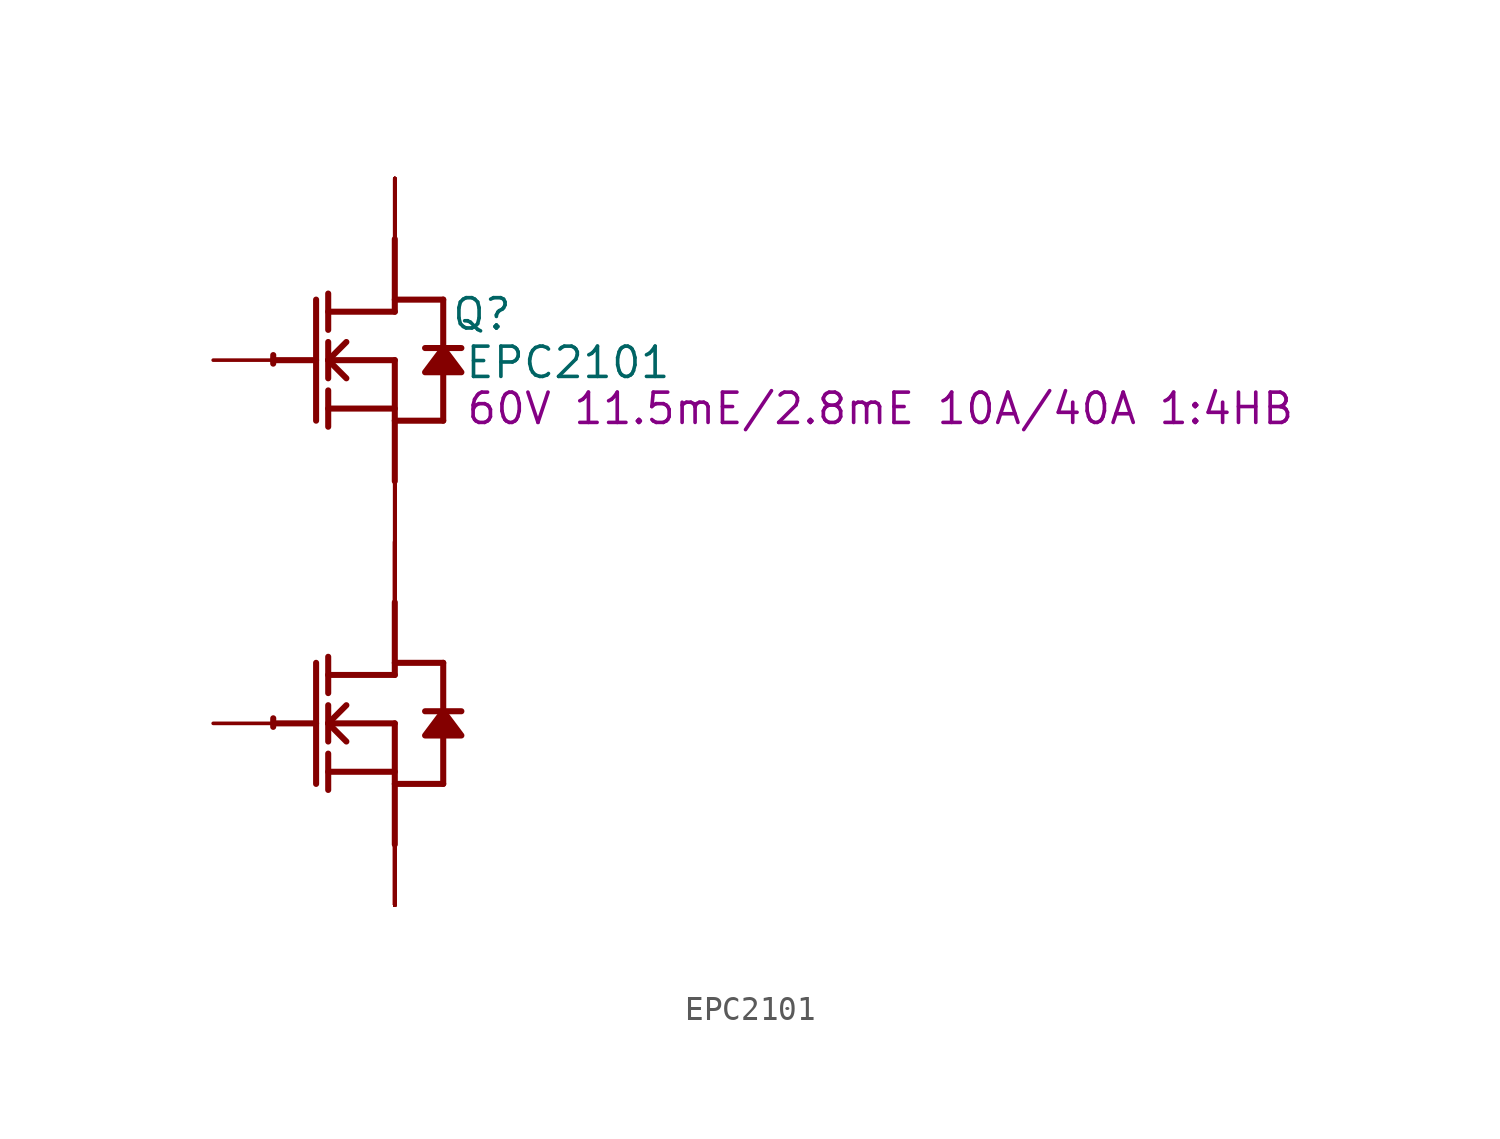
<source format=kicad_sym>
(kicad_symbol_lib
  (version 20220914)
  (generator kicad_symbol_editor)
  (symbol "EPC2101"
    (property "Reference" "Q"
      (at 3.658 1.93 0)
      (effects (font (size 1.27 1.27))))
    (property "Value" "EPC2101"
      (at 7.264 -0.102 0)
      (effects (font (size 1.27 1.27))))
    (property "Description" "60V 11.5mE/2.8mE 10A/40A 1:4HB"
      (at 20.371 -2.032 0)
      (effects (font (size 1.27 1.27))))
    (symbol "EPC2101_1_0"
      (arc (start -5.0996 -15.0272) (mid -5.1039 -15.2069) (end -5.1019 -15.3867) (stroke (width 0.254) (type solid)) (fill (type none)))
      (arc (start -5.0996 0.2128) (mid -5.1039 0.0331) (end -5.1019 -0.1467) (stroke (width 0.254) (type solid)) (fill (type none)))
      (polyline (pts (xy -5.08 -15.24) (xy -3.302 -15.24)) (stroke (width 0.254) (type solid)) (fill (type none)))
      (polyline (pts (xy -5.08 0) (xy -3.302 0)) (stroke (width 0.254) (type solid)) (fill (type none)))
      (polyline (pts (xy -3.302 -12.7) (xy -3.302 -17.78)) (stroke (width 0.254) (type solid)) (fill (type none)))
      (polyline (pts (xy -3.302 2.54) (xy -3.302 -2.54)) (stroke (width 0.254) (type solid)) (fill (type none)))
      (polyline (pts (xy -2.794 -18.034) (xy -2.794 -16.51)) (stroke (width 0.254) (type solid)) (fill (type none)))
      (polyline (pts (xy -2.794 -17.272) (xy 0 -17.272)) (stroke (width 0.254) (type solid)) (fill (type none)))
      (polyline (pts (xy -2.794 -16.002) (xy -2.794 -14.478)) (stroke (width 0.254) (type solid)) (fill (type none)))
      (polyline (pts (xy -2.794 -15.24) (xy -2.032 -14.478)) (stroke (width 0.254) (type solid)) (fill (type none)))
      (polyline (pts (xy -2.794 -15.24) (xy 0 -15.24)) (stroke (width 0.254) (type solid)) (fill (type none)))
      (polyline (pts (xy -2.794 -13.97) (xy -2.794 -12.446)) (stroke (width 0.254) (type solid)) (fill (type none)))
      (polyline (pts (xy -2.794 -2.794) (xy -2.794 -1.27)) (stroke (width 0.254) (type solid)) (fill (type none)))
      (polyline (pts (xy -2.794 -2.032) (xy 0 -2.032)) (stroke (width 0.254) (type solid)) (fill (type none)))
      (polyline (pts (xy -2.794 -0.762) (xy -2.794 0.762)) (stroke (width 0.254) (type solid)) (fill (type none)))
      (polyline (pts (xy -2.794 0) (xy -2.032 0.762)) (stroke (width 0.254) (type solid)) (fill (type none)))
      (polyline (pts (xy -2.794 0) (xy 0 0)) (stroke (width 0.254) (type solid)) (fill (type none)))
      (polyline (pts (xy -2.794 1.27) (xy -2.794 2.794)) (stroke (width 0.254) (type solid)) (fill (type none)))
      (polyline (pts (xy -2.032 -16.002) (xy -2.794 -15.24)) (stroke (width 0.254) (type solid)) (fill (type none)))
      (polyline (pts (xy -2.032 -0.762) (xy -2.794 0)) (stroke (width 0.254) (type solid)) (fill (type none)))
      (polyline (pts (xy 0 -17.78) (xy 2.032 -17.78)) (stroke (width 0.254) (type solid)) (fill (type none)))
      (polyline (pts (xy 0 -15.24) (xy 0 -20.32)) (stroke (width 0.254) (type solid)) (fill (type none)))
      (polyline (pts (xy 0 -13.208) (xy -2.794 -13.208)) (stroke (width 0.254) (type solid)) (fill (type none)))
      (polyline (pts (xy 0 -13.208) (xy 0 -10.16)) (stroke (width 0.254) (type solid)) (fill (type none)))
      (polyline (pts (xy 0 -12.7) (xy 2.032 -12.7)) (stroke (width 0.254) (type solid)) (fill (type none)))
      (polyline (pts (xy 0 -2.54) (xy 2.032 -2.54)) (stroke (width 0.254) (type solid)) (fill (type none)))
      (polyline (pts (xy 0 0) (xy 0 -5.08)) (stroke (width 0.254) (type solid)) (fill (type none)))
      (polyline (pts (xy 0 2.032) (xy -2.794 2.032)) (stroke (width 0.254) (type solid)) (fill (type none)))
      (polyline (pts (xy 0 2.032) (xy 0 5.08)) (stroke (width 0.254) (type solid)) (fill (type none)))
      (polyline (pts (xy 0 2.54) (xy 2.032 2.54)) (stroke (width 0.254) (type solid)) (fill (type none)))
      (polyline (pts (xy 2.032 -15.748) (xy 2.032 -17.78)) (stroke (width 0.254) (type solid)) (fill (type none)))
      (polyline (pts (xy 2.032 -12.7) (xy 2.032 -14.732)) (stroke (width 0.254) (type solid)) (fill (type none)))
      (polyline (pts (xy 2.032 -0.508) (xy 2.032 -2.54)) (stroke (width 0.254) (type solid)) (fill (type none)))
      (polyline (pts (xy 2.032 2.54) (xy 2.032 0.508)) (stroke (width 0.254) (type solid)) (fill (type none)))
      (polyline (pts (xy 2.794 -14.732) (xy 1.27 -14.732)) (stroke (width 0.254) (type solid)) (fill (type none)))
      (polyline (pts (xy 2.794 0.508) (xy 1.27 0.508)) (stroke (width 0.254) (type solid)) (fill (type none)))
      (polyline (pts (xy 2.032 -14.732) (xy 1.27 -15.748) (xy 2.794 -15.748) (xy 2.032 -14.732)) (stroke (width 0.254) (type solid)) (fill (type outline)))
      (polyline (pts (xy 2.032 0.508) (xy 1.27 -0.508) (xy 2.794 -0.508) (xy 2.032 0.508)) (stroke (width 0.254) (type solid)) (fill (type outline)))
      (pin open_collector line (at 0 7.62 270) (length 2.54) (name "D1" (effects (font (size 0 0)))) (number "1" (effects (font (size 0 0)))))
      (pin open_collector line (at 0 -7.62 270) (length 2.54) (name "D2" (effects (font (size 0 0)))) (number "10" (effects (font (size 0 0)))))
      (pin open_collector line (at 0 7.62 270) (length 2.54) (name "D1" (effects (font (size 0 0)))) (number "11" (effects (font (size 0 0)))))
      (pin open_emitter line (at 0 -22.86 90) (length 2.54) (name "S2" (effects (font (size 0 0)))) (number "12" (effects (font (size 0 0)))))
      (pin open_emitter line (at 0 -22.86 90) (length 2.54) (name "S2" (effects (font (size 0 0)))) (number "13" (effects (font (size 0 0)))))
      (pin open_emitter line (at 0 -22.86 90) (length 2.54) (name "S2" (effects (font (size 0 0)))) (number "14" (effects (font (size 0 0)))))
      (pin open_emitter line (at 0 -22.86 90) (length 2.54) (name "S2" (effects (font (size 0 0)))) (number "15" (effects (font (size 0 0)))))
      (pin open_emitter line (at 0 -7.62 90) (length 2.54) (name "S1" (effects (font (size 0 0)))) (number "16" (effects (font (size 0 0)))))
      (pin open_collector line (at 0 -7.62 270) (length 2.54) (name "D2" (effects (font (size 0 0)))) (number "17" (effects (font (size 0 0)))))
      (pin open_collector line (at 0 -7.62 270) (length 2.54) (name "D2" (effects (font (size 0 0)))) (number "18" (effects (font (size 0 0)))))
      (pin open_collector line (at 0 -7.62 270) (length 2.54) (name "D2" (effects (font (size 0 0)))) (number "19" (effects (font (size 0 0)))))
      (pin passive line (at -7.62 0 0) (length 2.54) (name "G1" (effects (font (size 0 0)))) (number "2" (effects (font (size 0 0)))))
      (pin open_collector line (at 0 -7.62 270) (length 2.54) (name "D2" (effects (font (size 0 0)))) (number "20" (effects (font (size 0 0)))))
      (pin open_collector line (at 0 7.62 270) (length 2.54) (name "D1" (effects (font (size 0 0)))) (number "21" (effects (font (size 0 0)))))
      (pin open_emitter line (at 0 -22.86 90) (length 2.54) (name "S2" (effects (font (size 0 0)))) (number "22" (effects (font (size 0 0)))))
      (pin open_emitter line (at 0 -22.86 90) (length 2.54) (name "S2" (effects (font (size 0 0)))) (number "23" (effects (font (size 0 0)))))
      (pin open_emitter line (at 0 -22.86 90) (length 2.54) (name "S2" (effects (font (size 0 0)))) (number "24" (effects (font (size 0 0)))))
      (pin open_emitter line (at 0 -22.86 90) (length 2.54) (name "S2" (effects (font (size 0 0)))) (number "25" (effects (font (size 0 0)))))
      (pin open_emitter line (at 0 -7.62 90) (length 2.54) (name "S1" (effects (font (size 0 0)))) (number "26" (effects (font (size 0 0)))))
      (pin open_collector line (at 0 -7.62 270) (length 2.54) (name "D2" (effects (font (size 0 0)))) (number "27" (effects (font (size 0 0)))))
      (pin open_collector line (at 0 -7.62 270) (length 2.54) (name "D2" (effects (font (size 0 0)))) (number "28" (effects (font (size 0 0)))))
      (pin open_collector line (at 0 -7.62 270) (length 2.54) (name "D2" (effects (font (size 0 0)))) (number "29" (effects (font (size 0 0)))))
      (pin passive line (at 0 -7.62 90) (length 2.54) (name "SG1" (effects (font (size 0 0)))) (number "3" (effects (font (size 0 0)))))
      (pin open_collector line (at 0 -7.62 270) (length 2.54) (name "D2" (effects (font (size 0 0)))) (number "30" (effects (font (size 0 0)))))
      (pin open_collector line (at 0 7.62 270) (length 2.54) (name "D1" (effects (font (size 0 0)))) (number "31" (effects (font (size 0 0)))))
      (pin open_emitter line (at 0 -22.86 90) (length 2.54) (name "S2" (effects (font (size 0 0)))) (number "32" (effects (font (size 0 0)))))
      (pin open_emitter line (at 0 -22.86 90) (length 2.54) (name "S2" (effects (font (size 0 0)))) (number "33" (effects (font (size 0 0)))))
      (pin open_emitter line (at 0 -22.86 90) (length 2.54) (name "S2" (effects (font (size 0 0)))) (number "34" (effects (font (size 0 0)))))
      (pin open_emitter line (at 0 -22.86 90) (length 2.54) (name "S2" (effects (font (size 0 0)))) (number "35" (effects (font (size 0 0)))))
      (pin open_emitter line (at 0 -7.62 90) (length 2.54) (name "S1" (effects (font (size 0 0)))) (number "36" (effects (font (size 0 0)))))
      (pin open_collector line (at 0 -7.62 270) (length 2.54) (name "D2" (effects (font (size 0 0)))) (number "37" (effects (font (size 0 0)))))
      (pin open_collector line (at 0 -7.62 270) (length 2.54) (name "D2" (effects (font (size 0 0)))) (number "38" (effects (font (size 0 0)))))
      (pin open_collector line (at 0 -7.62 270) (length 2.54) (name "D2" (effects (font (size 0 0)))) (number "39" (effects (font (size 0 0)))))
      (pin passive line (at -7.62 -15.24 0) (length 2.54) (name "G2" (effects (font (size 0 0)))) (number "4" (effects (font (size 0 0)))))
      (pin open_collector line (at 0 -7.62 270) (length 2.54) (name "D2" (effects (font (size 0 0)))) (number "40" (effects (font (size 0 0)))))
      (pin open_collector line (at 0 7.62 270) (length 2.54) (name "D1" (effects (font (size 0 0)))) (number "41" (effects (font (size 0 0)))))
      (pin open_emitter line (at 0 -22.86 90) (length 2.54) (name "S2" (effects (font (size 0 0)))) (number "42" (effects (font (size 0 0)))))
      (pin open_emitter line (at 0 -22.86 90) (length 2.54) (name "S2" (effects (font (size 0 0)))) (number "43" (effects (font (size 0 0)))))
      (pin open_emitter line (at 0 -22.86 90) (length 2.54) (name "S2" (effects (font (size 0 0)))) (number "44" (effects (font (size 0 0)))))
      (pin open_emitter line (at 0 -22.86 90) (length 2.54) (name "S2" (effects (font (size 0 0)))) (number "45" (effects (font (size 0 0)))))
      (pin open_emitter line (at 0 -7.62 90) (length 2.54) (name "S1" (effects (font (size 0 0)))) (number "46" (effects (font (size 0 0)))))
      (pin open_collector line (at 0 -7.62 270) (length 2.54) (name "D2" (effects (font (size 0 0)))) (number "47" (effects (font (size 0 0)))))
      (pin open_collector line (at 0 -7.62 270) (length 2.54) (name "D2" (effects (font (size 0 0)))) (number "48" (effects (font (size 0 0)))))
      (pin open_collector line (at 0 -7.62 270) (length 2.54) (name "D2" (effects (font (size 0 0)))) (number "49" (effects (font (size 0 0)))))
      (pin open_emitter line (at 0 -22.86 90) (length 2.54) (name "S2" (effects (font (size 0 0)))) (number "5" (effects (font (size 0 0)))))
      (pin open_collector line (at 0 -7.62 270) (length 2.54) (name "D2" (effects (font (size 0 0)))) (number "50" (effects (font (size 0 0)))))
      (pin open_collector line (at 0 7.62 270) (length 2.54) (name "D1" (effects (font (size 0 0)))) (number "51" (effects (font (size 0 0)))))
      (pin open_emitter line (at 0 -22.86 90) (length 2.54) (name "S2" (effects (font (size 0 0)))) (number "52" (effects (font (size 0 0)))))
      (pin open_emitter line (at 0 -22.86 90) (length 2.54) (name "S2" (effects (font (size 0 0)))) (number "53" (effects (font (size 0 0)))))
      (pin open_emitter line (at 0 -22.86 90) (length 2.54) (name "S2" (effects (font (size 0 0)))) (number "54" (effects (font (size 0 0)))))
      (pin open_emitter line (at 0 -22.86 90) (length 2.54) (name "S2" (effects (font (size 0 0)))) (number "55" (effects (font (size 0 0)))))
      (pin open_emitter line (at 0 -7.62 90) (length 2.54) (name "S1" (effects (font (size 0 0)))) (number "56" (effects (font (size 0 0)))))
      (pin open_collector line (at 0 -7.62 270) (length 2.54) (name "D2" (effects (font (size 0 0)))) (number "57" (effects (font (size 0 0)))))
      (pin open_collector line (at 0 -7.62 270) (length 2.54) (name "D2" (effects (font (size 0 0)))) (number "58" (effects (font (size 0 0)))))
      (pin open_collector line (at 0 -7.62 270) (length 2.54) (name "D2" (effects (font (size 0 0)))) (number "59" (effects (font (size 0 0)))))
      (pin open_emitter line (at 0 -7.62 90) (length 2.54) (name "S1" (effects (font (size 0 0)))) (number "6" (effects (font (size 0 0)))))
      (pin open_collector line (at 0 -7.62 270) (length 2.54) (name "D2" (effects (font (size 0 0)))) (number "60" (effects (font (size 0 0)))))
      (pin open_collector line (at 0 7.62 270) (length 2.54) (name "D1" (effects (font (size 0 0)))) (number "61" (effects (font (size 0 0)))))
      (pin open_emitter line (at 0 -22.86 90) (length 2.54) (name "S2" (effects (font (size 0 0)))) (number "62" (effects (font (size 0 0)))))
      (pin open_emitter line (at 0 -22.86 90) (length 2.54) (name "S2" (effects (font (size 0 0)))) (number "63" (effects (font (size 0 0)))))
      (pin open_emitter line (at 0 -22.86 90) (length 2.54) (name "S2" (effects (font (size 0 0)))) (number "64" (effects (font (size 0 0)))))
      (pin open_emitter line (at 0 -22.86 90) (length 2.54) (name "S2" (effects (font (size 0 0)))) (number "65" (effects (font (size 0 0)))))
      (pin open_emitter line (at 0 -7.62 90) (length 2.54) (name "S1" (effects (font (size 0 0)))) (number "66" (effects (font (size 0 0)))))
      (pin open_collector line (at 0 -7.62 270) (length 2.54) (name "D2" (effects (font (size 0 0)))) (number "67" (effects (font (size 0 0)))))
      (pin open_collector line (at 0 -7.62 270) (length 2.54) (name "D2" (effects (font (size 0 0)))) (number "68" (effects (font (size 0 0)))))
      (pin open_collector line (at 0 -7.62 270) (length 2.54) (name "D2" (effects (font (size 0 0)))) (number "69" (effects (font (size 0 0)))))
      (pin open_collector line (at 0 -7.62 270) (length 2.54) (name "D2" (effects (font (size 0 0)))) (number "7" (effects (font (size 0 0)))))
      (pin open_collector line (at 0 -7.62 270) (length 2.54) (name "D2" (effects (font (size 0 0)))) (number "70" (effects (font (size 0 0)))))
      (pin open_collector line (at 0 7.62 270) (length 2.54) (name "D1" (effects (font (size 0 0)))) (number "71" (effects (font (size 0 0)))))
      (pin open_emitter line (at 0 -22.86 90) (length 2.54) (name "S2" (effects (font (size 0 0)))) (number "72" (effects (font (size 0 0)))))
      (pin open_emitter line (at 0 -22.86 90) (length 2.54) (name "S2" (effects (font (size 0 0)))) (number "73" (effects (font (size 0 0)))))
      (pin open_emitter line (at 0 -22.86 90) (length 2.54) (name "S2" (effects (font (size 0 0)))) (number "74" (effects (font (size 0 0)))))
      (pin open_emitter line (at 0 -22.86 90) (length 2.54) (name "S2" (effects (font (size 0 0)))) (number "75" (effects (font (size 0 0)))))
      (pin open_collector line (at 0 -7.62 270) (length 2.54) (name "D2" (effects (font (size 0 0)))) (number "8" (effects (font (size 0 0)))))
      (pin open_collector line (at 0 -7.62 270) (length 2.54) (name "D2" (effects (font (size 0 0)))) (number "9" (effects (font (size 0 0))))))))
</source>
